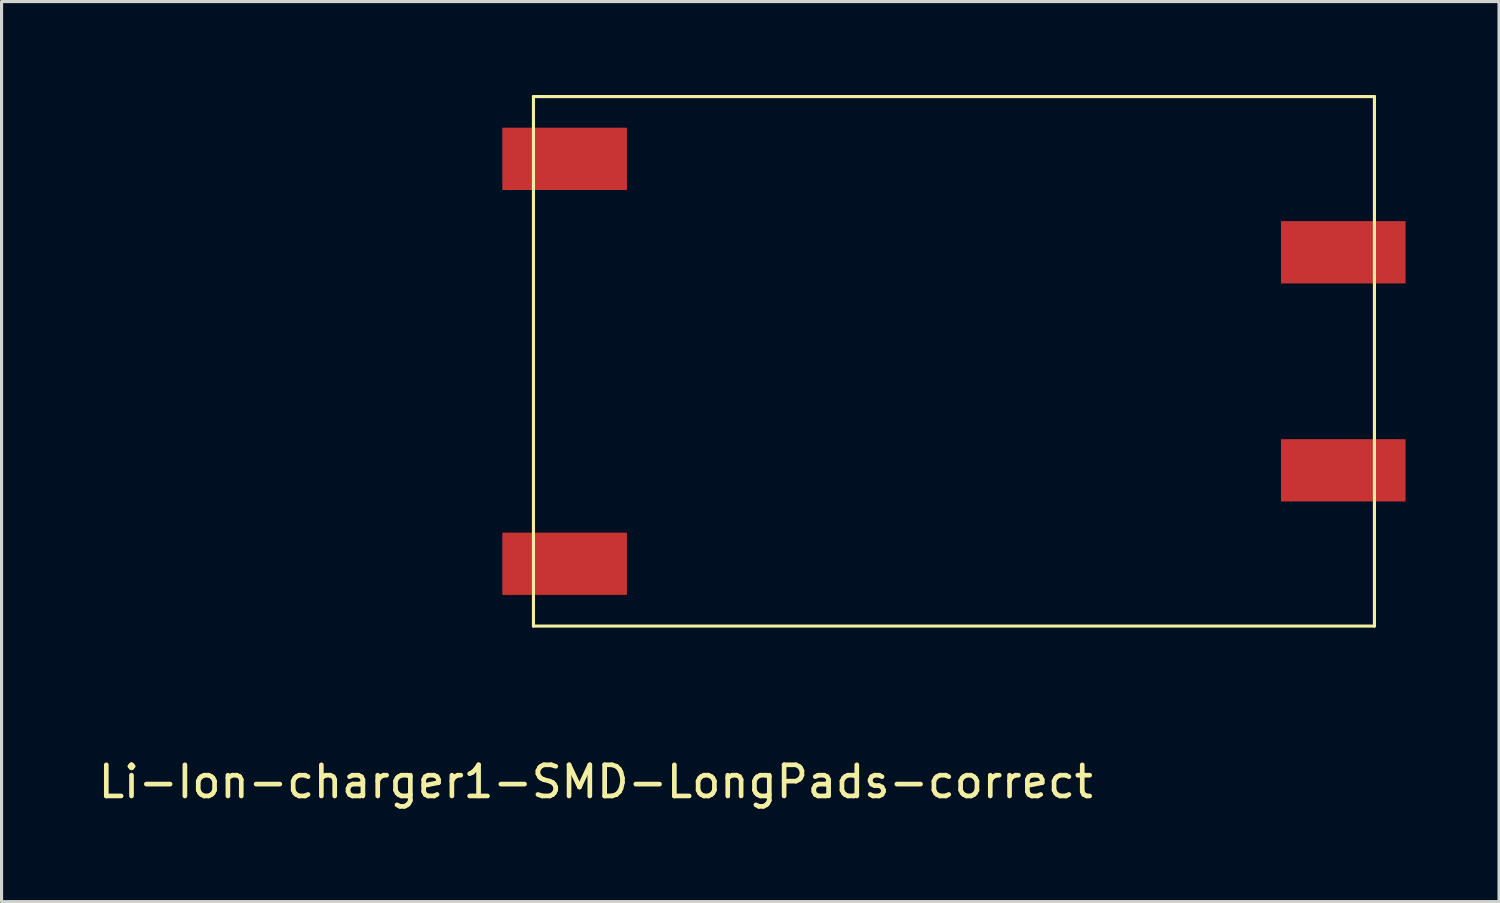
<source format=kicad_pcb>
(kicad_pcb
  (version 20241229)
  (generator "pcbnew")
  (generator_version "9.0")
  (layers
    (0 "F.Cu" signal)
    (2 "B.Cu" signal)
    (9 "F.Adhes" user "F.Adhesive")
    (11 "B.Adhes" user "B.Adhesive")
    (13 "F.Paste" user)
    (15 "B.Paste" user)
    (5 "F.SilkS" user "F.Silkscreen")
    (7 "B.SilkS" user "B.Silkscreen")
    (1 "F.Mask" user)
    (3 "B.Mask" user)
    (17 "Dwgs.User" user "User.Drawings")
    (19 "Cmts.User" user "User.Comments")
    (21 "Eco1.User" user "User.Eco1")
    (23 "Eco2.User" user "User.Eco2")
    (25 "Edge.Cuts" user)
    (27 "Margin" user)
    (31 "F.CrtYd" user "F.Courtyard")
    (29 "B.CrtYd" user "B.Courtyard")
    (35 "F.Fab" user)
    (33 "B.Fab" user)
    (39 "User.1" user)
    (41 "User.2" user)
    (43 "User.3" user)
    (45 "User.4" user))
  (footprint "Li-Ion-charger1-SMD-LongPads-correct"
    (layer "F.Cu")
    (at 14.077 17.05)
    (property "Reference" "Li-Ion-charger1-SMD-LongPads-correct" (at 2 5 0) (layer "F.SilkS") (effects (font (size 1 1) (thickness 0.15))))
    (attr through_hole)
    (fp_line (start 0 -17) (end 0 0) (stroke (width 0.1) (type solid)) (layer "F.SilkS"))
    (fp_line (start 0 0) (end 27 0) (stroke (width 0.1) (type solid)) (layer "F.SilkS"))
    (fp_line (start 27 -17) (end 0 -17) (stroke (width 0.1) (type solid)) (layer "F.SilkS"))
    (fp_line (start 27 -13) (end 27 -17) (stroke (width 0.1) (type solid)) (layer "F.SilkS"))
    (fp_line (start 27 0) (end 27 -13) (stroke (width 0.1) (type solid)) (layer "F.SilkS"))
    (pad "1" smd rect (at 2 -15) (size 4 2) (drill (offset -1 0)) (layers "F.Cu" "F.Mask" "F.Paste"))
    (pad "2" smd rect (at 2 -2) (size 4 2) (drill (offset -1 0)) (layers "F.Cu" "F.Mask" "F.Paste"))
    (pad "3" smd rect (at 25 -5) (size 4 2) (drill (offset 1 0)) (layers "F.Cu" "F.Mask" "F.Paste"))
    (pad "4" smd rect (at 25 -12) (size 4 2) (drill (offset 1 0)) (layers "F.Cu" "F.Mask" "F.Paste")))
  (gr_rect
    (start -3 -3)
    (end 45.077 25.898)
    (stroke (width 0.1) (type default))
    (fill no)
    (layer "Edge.Cuts")))
</source>
